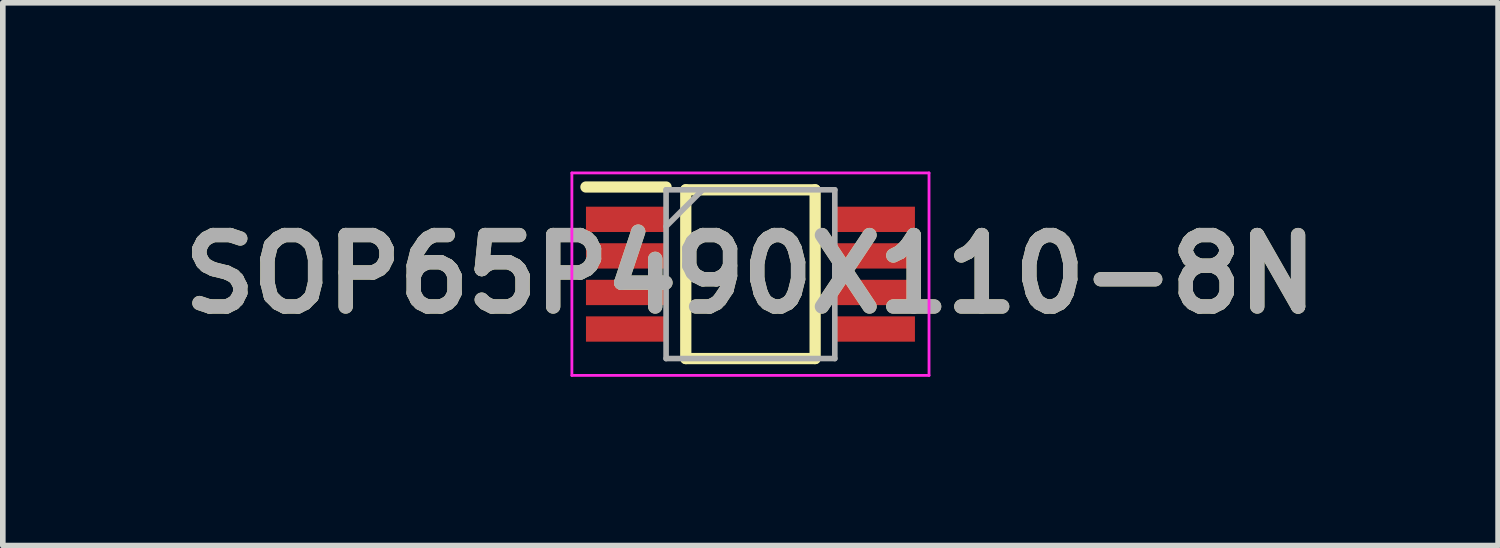
<source format=kicad_pcb>
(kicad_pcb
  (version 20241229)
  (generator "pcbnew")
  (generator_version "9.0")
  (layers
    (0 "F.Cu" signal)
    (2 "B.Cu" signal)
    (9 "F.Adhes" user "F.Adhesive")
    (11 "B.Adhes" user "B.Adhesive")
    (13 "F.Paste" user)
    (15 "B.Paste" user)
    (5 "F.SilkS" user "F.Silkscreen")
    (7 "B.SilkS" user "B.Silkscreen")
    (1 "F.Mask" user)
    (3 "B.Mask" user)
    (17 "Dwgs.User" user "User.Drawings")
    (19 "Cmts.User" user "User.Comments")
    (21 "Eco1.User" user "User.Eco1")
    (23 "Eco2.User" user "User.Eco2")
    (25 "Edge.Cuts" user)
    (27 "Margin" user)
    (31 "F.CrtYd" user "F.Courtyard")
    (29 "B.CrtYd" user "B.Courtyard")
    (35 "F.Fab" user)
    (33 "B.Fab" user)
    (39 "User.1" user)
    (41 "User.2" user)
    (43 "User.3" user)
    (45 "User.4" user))
  (footprint "SOP65P490X110-8N"
    (layer "F.Cu")
    (at 10.293 1.825)
    (property "Reference" "SOP65P490X110-8N" (at 0 0 0) (layer "F.SilkS") (effects (font (size 1.27 1.27) (thickness 0.254))))
    (attr smd)
    (fp_line (start -2.925 -1.55) (end -1.5 -1.55) (stroke (width 0.2) (type solid)) (layer "F.SilkS"))
    (fp_line (start -1.15 -1.5) (end 1.15 -1.5) (stroke (width 0.2) (type solid)) (layer "F.SilkS"))
    (fp_line (start -1.15 1.5) (end -1.15 -1.5) (stroke (width 0.2) (type solid)) (layer "F.SilkS"))
    (fp_line (start 1.15 -1.5) (end 1.15 1.5) (stroke (width 0.2) (type solid)) (layer "F.SilkS"))
    (fp_line (start 1.15 1.5) (end -1.15 1.5) (stroke (width 0.2) (type solid)) (layer "F.SilkS"))
    (fp_line (start -3.175 -1.8) (end 3.175 -1.8) (stroke (width 0.05) (type solid)) (layer "F.CrtYd"))
    (fp_line (start -3.175 1.8) (end -3.175 -1.8) (stroke (width 0.05) (type solid)) (layer "F.CrtYd"))
    (fp_line (start 3.175 -1.8) (end 3.175 1.8) (stroke (width 0.05) (type solid)) (layer "F.CrtYd"))
    (fp_line (start 3.175 1.8) (end -3.175 1.8) (stroke (width 0.05) (type solid)) (layer "F.CrtYd"))
    (fp_line (start -1.5 -1.5) (end 1.5 -1.5) (stroke (width 0.1) (type solid)) (layer "F.Fab"))
    (fp_line (start -1.5 -0.85) (end -0.85 -1.5) (stroke (width 0.1) (type solid)) (layer "F.Fab"))
    (fp_line (start -1.5 1.5) (end -1.5 -1.5) (stroke (width 0.1) (type solid)) (layer "F.Fab"))
    (fp_line (start 1.5 -1.5) (end 1.5 1.5) (stroke (width 0.1) (type solid)) (layer "F.Fab"))
    (fp_line (start 1.5 1.5) (end -1.5 1.5) (stroke (width 0.1) (type solid)) (layer "F.Fab"))
    (fp_text user "${REFERENCE}" (at 0 0 0) (layer "F.Fab") (effects (font (size 1.27 1.27) (thickness 0.254))))
    (pad "1" smd rect (at -2.212 -0.975 90) (size 0.45 1.425) (layers "F.Cu" "F.Mask" "F.Paste"))
    (pad "2" smd rect (at -2.212 -0.325 90) (size 0.45 1.425) (layers "F.Cu" "F.Mask" "F.Paste"))
    (pad "3" smd rect (at -2.212 0.325 90) (size 0.45 1.425) (layers "F.Cu" "F.Mask" "F.Paste"))
    (pad "4" smd rect (at -2.212 0.975 90) (size 0.45 1.425) (layers "F.Cu" "F.Mask" "F.Paste"))
    (pad "5" smd rect (at 2.212 0.975 90) (size 0.45 1.425) (layers "F.Cu" "F.Mask" "F.Paste"))
    (pad "6" smd rect (at 2.212 0.325 90) (size 0.45 1.425) (layers "F.Cu" "F.Mask" "F.Paste"))
    (pad "7" smd rect (at 2.212 -0.325 90) (size 0.45 1.425) (layers "F.Cu" "F.Mask" "F.Paste"))
    (pad "8" smd rect (at 2.212 -0.975 90) (size 0.45 1.425) (layers "F.Cu" "F.Mask" "F.Paste")))
  (gr_rect
    (start -3 -3)
    (end 23.586 6.65)
    (stroke (width 0.1) (type default))
    (fill no)
    (layer "Edge.Cuts")))
</source>
